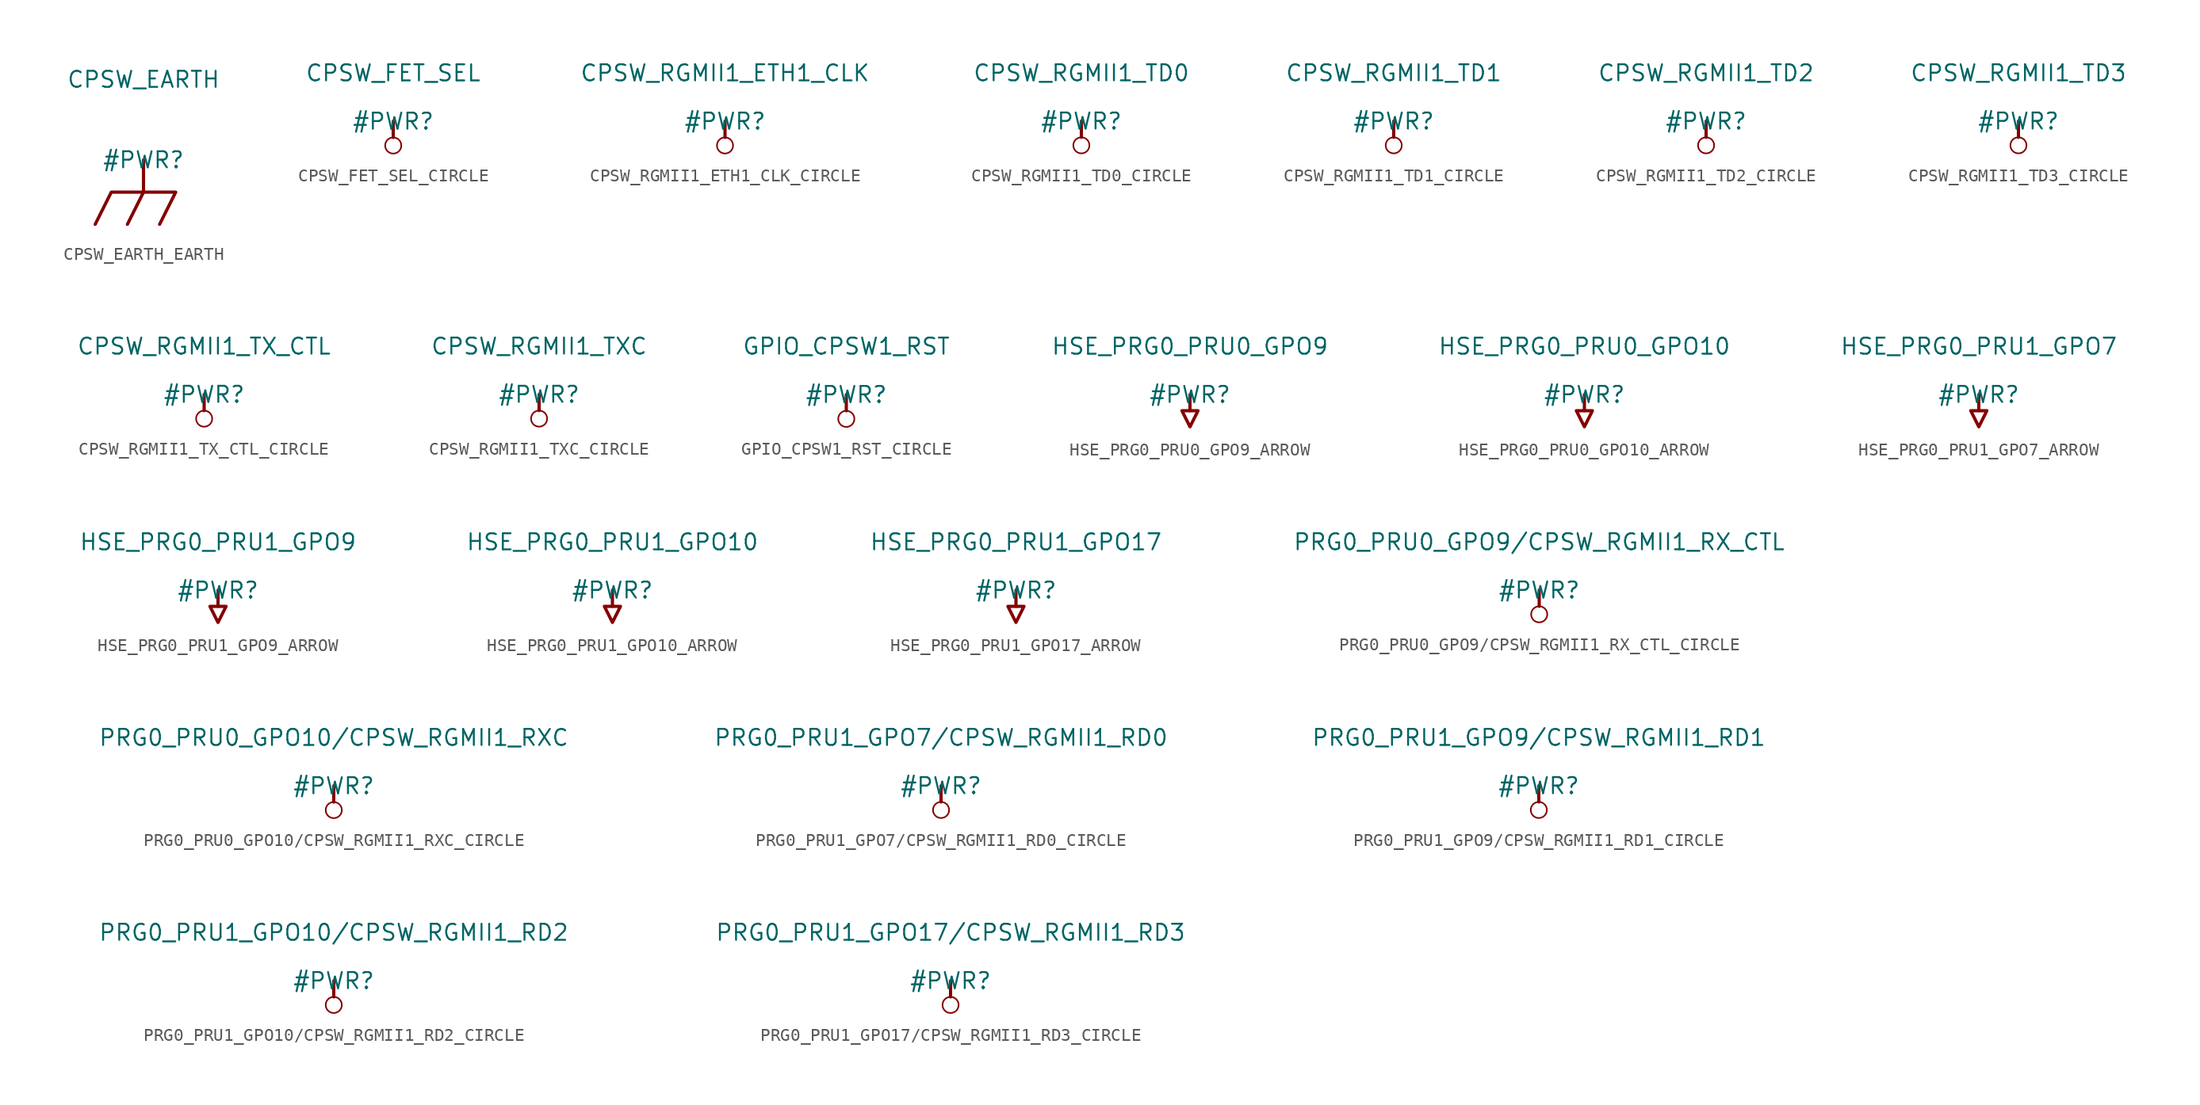
<source format=kicad_sym>
(kicad_symbol_lib
  (version 20231120)
  (generator "kicad_symbol_editor")
  (generator_version "8.0")
  (symbol "CPSW_EARTH_EARTH"
    (power)
    (property "Reference" "#PWR"
      (at 0 0 0)
      (effects (font (size 1.27 1.27))))
    (property "Value" "CPSW_EARTH"
      (at 0 6.35 0)
      (effects (font (size 1.27 1.27))))
    (symbol "CPSW_EARTH_EARTH_0_0"
      (polyline (pts (xy 0 -2.54) (xy -1.27 -5.08)) (stroke (width 0.254) (type solid)) (fill (type none)))
      (polyline (pts (xy 0 0) (xy 0 -2.54)) (stroke (width 0.254) (type solid)) (fill (type none)))
      (polyline (pts (xy -3.81 -5.08) (xy -2.54 -2.54) (xy 2.54 -2.54) (xy 1.27 -5.08)) (stroke (width 0.254) (type solid)) (fill (type none)))
      (pin power_in line (at 0 0 0) (length 0) hide (name "CPSW_EARTH" (effects (font (size 1.27 1.27)))) (number "" (effects (font (size 1.27 1.27)))))))
  (symbol "CPSW_FET_SEL_CIRCLE"
    (power)
    (property "Reference" "#PWR"
      (at 0 0 0)
      (effects (font (size 1.27 1.27))))
    (property "Value" "CPSW_FET_SEL"
      (at 0 3.81 0)
      (effects (font (size 1.27 1.27))))
    (symbol "CPSW_FET_SEL_CIRCLE_0_0"
      (circle (center 0 -1.905) (radius 0.635) (stroke (width 0.127) (type solid)) (fill (type none)))
      (polyline (pts (xy 0 0) (xy 0 -1.27)) (stroke (width 0.254) (type solid)) (fill (type none)))
      (pin power_in line (at 0 0 0) (length 0) hide (name "CPSW_FET_SEL" (effects (font (size 1.27 1.27)))) (number "" (effects (font (size 1.27 1.27)))))))
  (symbol "CPSW_RGMII1_ETH1_CLK_CIRCLE"
    (power)
    (property "Reference" "#PWR"
      (at 0 0 0)
      (effects (font (size 1.27 1.27))))
    (property "Value" "CPSW_RGMII1_ETH1_CLK"
      (at 0 3.81 0)
      (effects (font (size 1.27 1.27))))
    (symbol "CPSW_RGMII1_ETH1_CLK_CIRCLE_0_0"
      (circle (center 0 -1.905) (radius 0.635) (stroke (width 0.127) (type solid)) (fill (type none)))
      (polyline (pts (xy 0 0) (xy 0 -1.27)) (stroke (width 0.254) (type solid)) (fill (type none)))
      (pin power_in line (at 0 0 0) (length 0) hide (name "CPSW_RGMII1_ETH1_CLK" (effects (font (size 1.27 1.27)))) (number "" (effects (font (size 1.27 1.27)))))))
  (symbol "CPSW_RGMII1_TD0_CIRCLE"
    (power)
    (property "Reference" "#PWR"
      (at 0 0 0)
      (effects (font (size 1.27 1.27))))
    (property "Value" "CPSW_RGMII1_TD0"
      (at 0 3.81 0)
      (effects (font (size 1.27 1.27))))
    (symbol "CPSW_RGMII1_TD0_CIRCLE_0_0"
      (circle (center 0 -1.905) (radius 0.635) (stroke (width 0.127) (type solid)) (fill (type none)))
      (polyline (pts (xy 0 0) (xy 0 -1.27)) (stroke (width 0.254) (type solid)) (fill (type none)))
      (pin power_in line (at 0 0 0) (length 0) hide (name "CPSW_RGMII1_TD0" (effects (font (size 1.27 1.27)))) (number "" (effects (font (size 1.27 1.27)))))))
  (symbol "CPSW_RGMII1_TD1_CIRCLE"
    (power)
    (property "Reference" "#PWR"
      (at 0 0 0)
      (effects (font (size 1.27 1.27))))
    (property "Value" "CPSW_RGMII1_TD1"
      (at 0 3.81 0)
      (effects (font (size 1.27 1.27))))
    (symbol "CPSW_RGMII1_TD1_CIRCLE_0_0"
      (circle (center 0 -1.905) (radius 0.635) (stroke (width 0.127) (type solid)) (fill (type none)))
      (polyline (pts (xy 0 0) (xy 0 -1.27)) (stroke (width 0.254) (type solid)) (fill (type none)))
      (pin power_in line (at 0 0 0) (length 0) hide (name "CPSW_RGMII1_TD1" (effects (font (size 1.27 1.27)))) (number "" (effects (font (size 1.27 1.27)))))))
  (symbol "CPSW_RGMII1_TD2_CIRCLE"
    (power)
    (property "Reference" "#PWR"
      (at 0 0 0)
      (effects (font (size 1.27 1.27))))
    (property "Value" "CPSW_RGMII1_TD2"
      (at 0 3.81 0)
      (effects (font (size 1.27 1.27))))
    (symbol "CPSW_RGMII1_TD2_CIRCLE_0_0"
      (circle (center 0 -1.905) (radius 0.635) (stroke (width 0.127) (type solid)) (fill (type none)))
      (polyline (pts (xy 0 0) (xy 0 -1.27)) (stroke (width 0.254) (type solid)) (fill (type none)))
      (pin power_in line (at 0 0 0) (length 0) hide (name "CPSW_RGMII1_TD2" (effects (font (size 1.27 1.27)))) (number "" (effects (font (size 1.27 1.27)))))))
  (symbol "CPSW_RGMII1_TD3_CIRCLE"
    (power)
    (property "Reference" "#PWR"
      (at 0 0 0)
      (effects (font (size 1.27 1.27))))
    (property "Value" "CPSW_RGMII1_TD3"
      (at 0 3.81 0)
      (effects (font (size 1.27 1.27))))
    (symbol "CPSW_RGMII1_TD3_CIRCLE_0_0"
      (circle (center 0 -1.905) (radius 0.635) (stroke (width 0.127) (type solid)) (fill (type none)))
      (polyline (pts (xy 0 0) (xy 0 -1.27)) (stroke (width 0.254) (type solid)) (fill (type none)))
      (pin power_in line (at 0 0 0) (length 0) hide (name "CPSW_RGMII1_TD3" (effects (font (size 1.27 1.27)))) (number "" (effects (font (size 1.27 1.27)))))))
  (symbol "CPSW_RGMII1_TX_CTL_CIRCLE"
    (power)
    (property "Reference" "#PWR"
      (at 0 0 0)
      (effects (font (size 1.27 1.27))))
    (property "Value" "CPSW_RGMII1_TX_CTL"
      (at 0 3.81 0)
      (effects (font (size 1.27 1.27))))
    (symbol "CPSW_RGMII1_TX_CTL_CIRCLE_0_0"
      (circle (center 0 -1.905) (radius 0.635) (stroke (width 0.127) (type solid)) (fill (type none)))
      (polyline (pts (xy 0 0) (xy 0 -1.27)) (stroke (width 0.254) (type solid)) (fill (type none)))
      (pin power_in line (at 0 0 0) (length 0) hide (name "CPSW_RGMII1_TX_CTL" (effects (font (size 1.27 1.27)))) (number "" (effects (font (size 1.27 1.27)))))))
  (symbol "CPSW_RGMII1_TXC_CIRCLE"
    (power)
    (property "Reference" "#PWR"
      (at 0 0 0)
      (effects (font (size 1.27 1.27))))
    (property "Value" "CPSW_RGMII1_TXC"
      (at 0 3.81 0)
      (effects (font (size 1.27 1.27))))
    (symbol "CPSW_RGMII1_TXC_CIRCLE_0_0"
      (circle (center 0 -1.905) (radius 0.635) (stroke (width 0.127) (type solid)) (fill (type none)))
      (polyline (pts (xy 0 0) (xy 0 -1.27)) (stroke (width 0.254) (type solid)) (fill (type none)))
      (pin power_in line (at 0 0 0) (length 0) hide (name "CPSW_RGMII1_TXC" (effects (font (size 1.27 1.27)))) (number "" (effects (font (size 1.27 1.27)))))))
  (symbol "GPIO_CPSW1_RST_CIRCLE"
    (power)
    (property "Reference" "#PWR"
      (at 0 0 0)
      (effects (font (size 1.27 1.27))))
    (property "Value" "GPIO_CPSW1_RST"
      (at 0 3.81 0)
      (effects (font (size 1.27 1.27))))
    (symbol "GPIO_CPSW1_RST_CIRCLE_0_0"
      (circle (center 0 -1.905) (radius 0.635) (stroke (width 0.127) (type solid)) (fill (type none)))
      (polyline (pts (xy 0 0) (xy 0 -1.27)) (stroke (width 0.254) (type solid)) (fill (type none)))
      (pin power_in line (at 0 0 0) (length 0) hide (name "GPIO_CPSW1_RST" (effects (font (size 1.27 1.27)))) (number "" (effects (font (size 1.27 1.27)))))))
  (symbol "HSE_PRG0_PRU0_GPO9_ARROW"
    (power)
    (property "Reference" "#PWR"
      (at 0 0 0)
      (effects (font (size 1.27 1.27))))
    (property "Value" "HSE_PRG0_PRU0_GPO9"
      (at 0 3.81 0)
      (effects (font (size 1.27 1.27))))
    (symbol "HSE_PRG0_PRU0_GPO9_ARROW_0_0"
      (polyline (pts (xy 0 0) (xy 0 -1.27)) (stroke (width 0.254) (type solid)) (fill (type none)))
      (polyline (pts (xy -0.635 -1.27) (xy 0.635 -1.27) (xy 0 -2.54) (xy -0.635 -1.27)) (stroke (width 0.254) (type solid)) (fill (type none)))
      (pin power_in line (at 0 0 0) (length 0) hide (name "HSE_PRG0_PRU0_GPO9" (effects (font (size 1.27 1.27)))) (number "" (effects (font (size 1.27 1.27)))))))
  (symbol "HSE_PRG0_PRU0_GPO10_ARROW"
    (power)
    (property "Reference" "#PWR"
      (at 0 0 0)
      (effects (font (size 1.27 1.27))))
    (property "Value" "HSE_PRG0_PRU0_GPO10"
      (at 0 3.81 0)
      (effects (font (size 1.27 1.27))))
    (symbol "HSE_PRG0_PRU0_GPO10_ARROW_0_0"
      (polyline (pts (xy 0 0) (xy 0 -1.27)) (stroke (width 0.254) (type solid)) (fill (type none)))
      (polyline (pts (xy -0.635 -1.27) (xy 0.635 -1.27) (xy 0 -2.54) (xy -0.635 -1.27)) (stroke (width 0.254) (type solid)) (fill (type none)))
      (pin power_in line (at 0 0 0) (length 0) hide (name "HSE_PRG0_PRU0_GPO10" (effects (font (size 1.27 1.27)))) (number "" (effects (font (size 1.27 1.27)))))))
  (symbol "HSE_PRG0_PRU1_GPO7_ARROW"
    (power)
    (property "Reference" "#PWR"
      (at 0 0 0)
      (effects (font (size 1.27 1.27))))
    (property "Value" "HSE_PRG0_PRU1_GPO7"
      (at 0 3.81 0)
      (effects (font (size 1.27 1.27))))
    (symbol "HSE_PRG0_PRU1_GPO7_ARROW_0_0"
      (polyline (pts (xy 0 0) (xy 0 -1.27)) (stroke (width 0.254) (type solid)) (fill (type none)))
      (polyline (pts (xy -0.635 -1.27) (xy 0.635 -1.27) (xy 0 -2.54) (xy -0.635 -1.27)) (stroke (width 0.254) (type solid)) (fill (type none)))
      (pin power_in line (at 0 0 0) (length 0) hide (name "HSE_PRG0_PRU1_GPO7" (effects (font (size 1.27 1.27)))) (number "" (effects (font (size 1.27 1.27)))))))
  (symbol "HSE_PRG0_PRU1_GPO9_ARROW"
    (power)
    (property "Reference" "#PWR"
      (at 0 0 0)
      (effects (font (size 1.27 1.27))))
    (property "Value" "HSE_PRG0_PRU1_GPO9"
      (at 0 3.81 0)
      (effects (font (size 1.27 1.27))))
    (symbol "HSE_PRG0_PRU1_GPO9_ARROW_0_0"
      (polyline (pts (xy 0 0) (xy 0 -1.27)) (stroke (width 0.254) (type solid)) (fill (type none)))
      (polyline (pts (xy -0.635 -1.27) (xy 0.635 -1.27) (xy 0 -2.54) (xy -0.635 -1.27)) (stroke (width 0.254) (type solid)) (fill (type none)))
      (pin power_in line (at 0 0 0) (length 0) hide (name "HSE_PRG0_PRU1_GPO9" (effects (font (size 1.27 1.27)))) (number "" (effects (font (size 1.27 1.27)))))))
  (symbol "HSE_PRG0_PRU1_GPO10_ARROW"
    (power)
    (property "Reference" "#PWR"
      (at 0 0 0)
      (effects (font (size 1.27 1.27))))
    (property "Value" "HSE_PRG0_PRU1_GPO10"
      (at 0 3.81 0)
      (effects (font (size 1.27 1.27))))
    (symbol "HSE_PRG0_PRU1_GPO10_ARROW_0_0"
      (polyline (pts (xy 0 0) (xy 0 -1.27)) (stroke (width 0.254) (type solid)) (fill (type none)))
      (polyline (pts (xy -0.635 -1.27) (xy 0.635 -1.27) (xy 0 -2.54) (xy -0.635 -1.27)) (stroke (width 0.254) (type solid)) (fill (type none)))
      (pin power_in line (at 0 0 0) (length 0) hide (name "HSE_PRG0_PRU1_GPO10" (effects (font (size 1.27 1.27)))) (number "" (effects (font (size 1.27 1.27)))))))
  (symbol "HSE_PRG0_PRU1_GPO17_ARROW"
    (power)
    (property "Reference" "#PWR"
      (at 0 0 0)
      (effects (font (size 1.27 1.27))))
    (property "Value" "HSE_PRG0_PRU1_GPO17"
      (at 0 3.81 0)
      (effects (font (size 1.27 1.27))))
    (symbol "HSE_PRG0_PRU1_GPO17_ARROW_0_0"
      (polyline (pts (xy 0 0) (xy 0 -1.27)) (stroke (width 0.254) (type solid)) (fill (type none)))
      (polyline (pts (xy -0.635 -1.27) (xy 0.635 -1.27) (xy 0 -2.54) (xy -0.635 -1.27)) (stroke (width 0.254) (type solid)) (fill (type none)))
      (pin power_in line (at 0 0 0) (length 0) hide (name "HSE_PRG0_PRU1_GPO17" (effects (font (size 1.27 1.27)))) (number "" (effects (font (size 1.27 1.27)))))))
  (symbol "PRG0_PRU0_GPO9/CPSW_RGMII1_RX_CTL_CIRCLE"
    (power)
    (property "Reference" "#PWR"
      (at 0 0 0)
      (effects (font (size 1.27 1.27))))
    (property "Value" "PRG0_PRU0_GPO9/CPSW_RGMII1_RX_CTL"
      (at 0 3.81 0)
      (effects (font (size 1.27 1.27))))
    (symbol "PRG0_PRU0_GPO9/CPSW_RGMII1_RX_CTL_CIRCLE_0_0"
      (circle (center 0 -1.905) (radius 0.635) (stroke (width 0.127) (type solid)) (fill (type none)))
      (polyline (pts (xy 0 0) (xy 0 -1.27)) (stroke (width 0.254) (type solid)) (fill (type none)))
      (pin power_in line (at 0 0 0) (length 0) hide (name "PRG0_PRU0_GPO9/CPSW_RGMII1_RX_CTL" (effects (font (size 1.27 1.27)))) (number "" (effects (font (size 1.27 1.27)))))))
  (symbol "PRG0_PRU0_GPO10/CPSW_RGMII1_RXC_CIRCLE"
    (power)
    (property "Reference" "#PWR"
      (at 0 0 0)
      (effects (font (size 1.27 1.27))))
    (property "Value" "PRG0_PRU0_GPO10/CPSW_RGMII1_RXC"
      (at 0 3.81 0)
      (effects (font (size 1.27 1.27))))
    (symbol "PRG0_PRU0_GPO10/CPSW_RGMII1_RXC_CIRCLE_0_0"
      (circle (center 0 -1.905) (radius 0.635) (stroke (width 0.127) (type solid)) (fill (type none)))
      (polyline (pts (xy 0 0) (xy 0 -1.27)) (stroke (width 0.254) (type solid)) (fill (type none)))
      (pin power_in line (at 0 0 0) (length 0) hide (name "PRG0_PRU0_GPO10/CPSW_RGMII1_RXC" (effects (font (size 1.27 1.27)))) (number "" (effects (font (size 1.27 1.27)))))))
  (symbol "PRG0_PRU1_GPO7/CPSW_RGMII1_RD0_CIRCLE"
    (power)
    (property "Reference" "#PWR"
      (at 0 0 0)
      (effects (font (size 1.27 1.27))))
    (property "Value" "PRG0_PRU1_GPO7/CPSW_RGMII1_RD0"
      (at 0 3.81 0)
      (effects (font (size 1.27 1.27))))
    (symbol "PRG0_PRU1_GPO7/CPSW_RGMII1_RD0_CIRCLE_0_0"
      (circle (center 0 -1.905) (radius 0.635) (stroke (width 0.127) (type solid)) (fill (type none)))
      (polyline (pts (xy 0 0) (xy 0 -1.27)) (stroke (width 0.254) (type solid)) (fill (type none)))
      (pin power_in line (at 0 0 0) (length 0) hide (name "PRG0_PRU1_GPO7/CPSW_RGMII1_RD0" (effects (font (size 1.27 1.27)))) (number "" (effects (font (size 1.27 1.27)))))))
  (symbol "PRG0_PRU1_GPO9/CPSW_RGMII1_RD1_CIRCLE"
    (power)
    (property "Reference" "#PWR"
      (at 0 0 0)
      (effects (font (size 1.27 1.27))))
    (property "Value" "PRG0_PRU1_GPO9/CPSW_RGMII1_RD1"
      (at 0 3.81 0)
      (effects (font (size 1.27 1.27))))
    (symbol "PRG0_PRU1_GPO9/CPSW_RGMII1_RD1_CIRCLE_0_0"
      (circle (center 0 -1.905) (radius 0.635) (stroke (width 0.127) (type solid)) (fill (type none)))
      (polyline (pts (xy 0 0) (xy 0 -1.27)) (stroke (width 0.254) (type solid)) (fill (type none)))
      (pin power_in line (at 0 0 0) (length 0) hide (name "PRG0_PRU1_GPO9/CPSW_RGMII1_RD1" (effects (font (size 1.27 1.27)))) (number "" (effects (font (size 1.27 1.27)))))))
  (symbol "PRG0_PRU1_GPO10/CPSW_RGMII1_RD2_CIRCLE"
    (power)
    (property "Reference" "#PWR"
      (at 0 0 0)
      (effects (font (size 1.27 1.27))))
    (property "Value" "PRG0_PRU1_GPO10/CPSW_RGMII1_RD2"
      (at 0 3.81 0)
      (effects (font (size 1.27 1.27))))
    (symbol "PRG0_PRU1_GPO10/CPSW_RGMII1_RD2_CIRCLE_0_0"
      (circle (center 0 -1.905) (radius 0.635) (stroke (width 0.127) (type solid)) (fill (type none)))
      (polyline (pts (xy 0 0) (xy 0 -1.27)) (stroke (width 0.254) (type solid)) (fill (type none)))
      (pin power_in line (at 0 0 0) (length 0) hide (name "PRG0_PRU1_GPO10/CPSW_RGMII1_RD2" (effects (font (size 1.27 1.27)))) (number "" (effects (font (size 1.27 1.27)))))))
  (symbol "PRG0_PRU1_GPO17/CPSW_RGMII1_RD3_CIRCLE"
    (power)
    (property "Reference" "#PWR"
      (at 0 0 0)
      (effects (font (size 1.27 1.27))))
    (property "Value" "PRG0_PRU1_GPO17/CPSW_RGMII1_RD3"
      (at 0 3.81 0)
      (effects (font (size 1.27 1.27))))
    (symbol "PRG0_PRU1_GPO17/CPSW_RGMII1_RD3_CIRCLE_0_0"
      (circle (center 0 -1.905) (radius 0.635) (stroke (width 0.127) (type solid)) (fill (type none)))
      (polyline (pts (xy 0 0) (xy 0 -1.27)) (stroke (width 0.254) (type solid)) (fill (type none)))
      (pin power_in line (at 0 0 0) (length 0) hide (name "PRG0_PRU1_GPO17/CPSW_RGMII1_RD3" (effects (font (size 1.27 1.27)))) (number "" (effects (font (size 1.27 1.27))))))))
</source>
